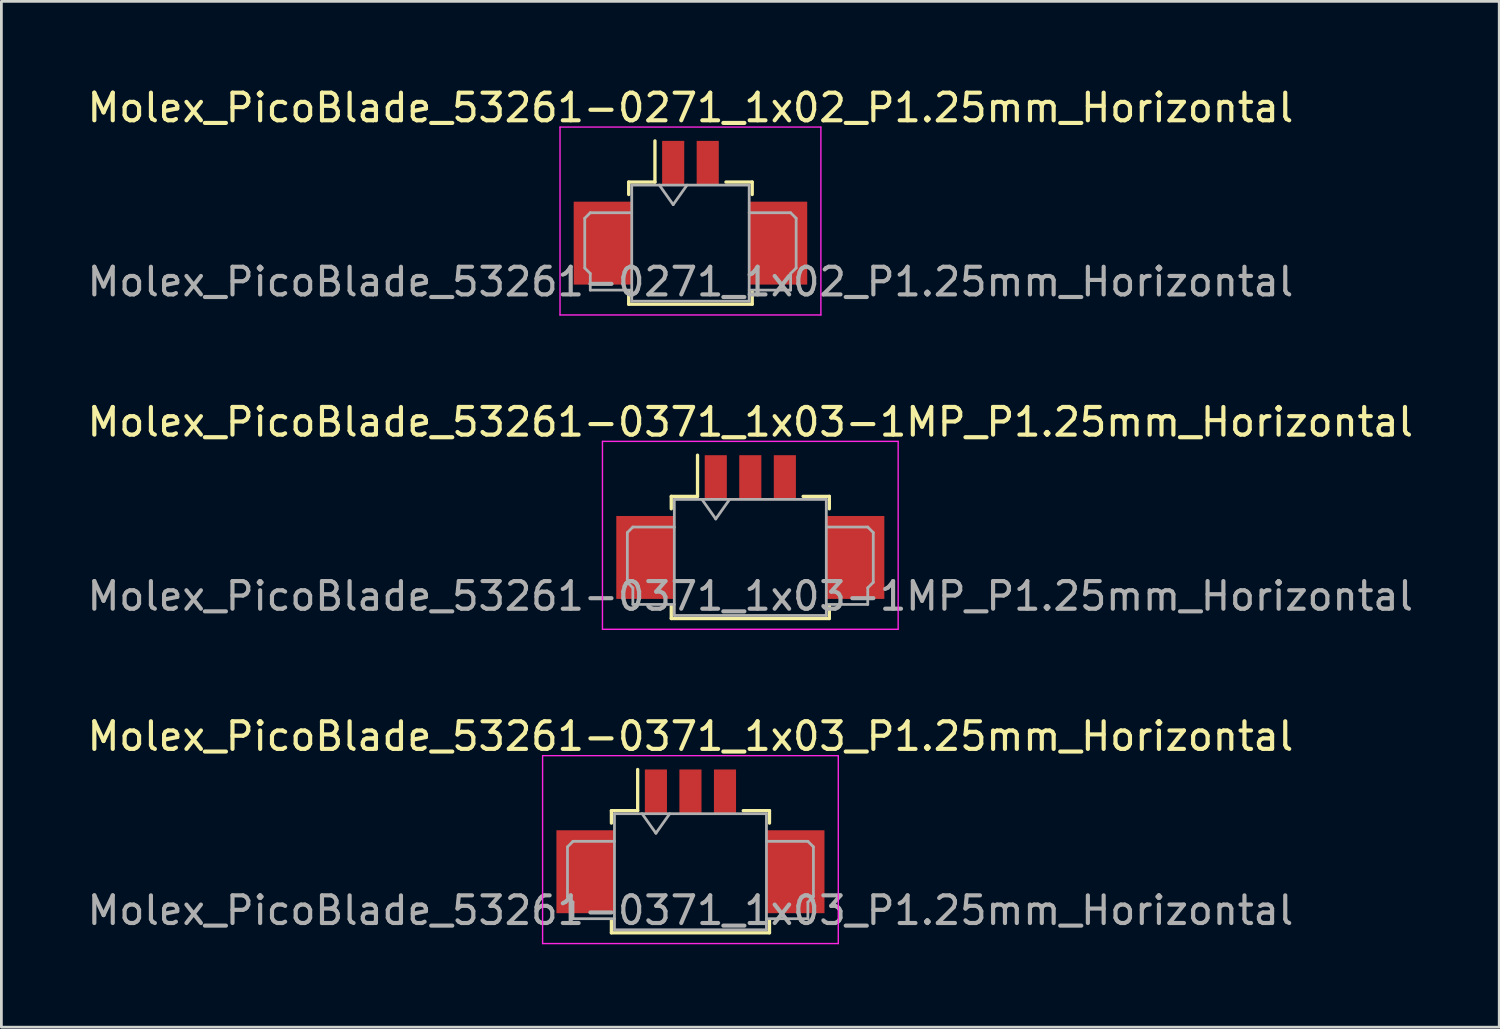
<source format=kicad_pcb>
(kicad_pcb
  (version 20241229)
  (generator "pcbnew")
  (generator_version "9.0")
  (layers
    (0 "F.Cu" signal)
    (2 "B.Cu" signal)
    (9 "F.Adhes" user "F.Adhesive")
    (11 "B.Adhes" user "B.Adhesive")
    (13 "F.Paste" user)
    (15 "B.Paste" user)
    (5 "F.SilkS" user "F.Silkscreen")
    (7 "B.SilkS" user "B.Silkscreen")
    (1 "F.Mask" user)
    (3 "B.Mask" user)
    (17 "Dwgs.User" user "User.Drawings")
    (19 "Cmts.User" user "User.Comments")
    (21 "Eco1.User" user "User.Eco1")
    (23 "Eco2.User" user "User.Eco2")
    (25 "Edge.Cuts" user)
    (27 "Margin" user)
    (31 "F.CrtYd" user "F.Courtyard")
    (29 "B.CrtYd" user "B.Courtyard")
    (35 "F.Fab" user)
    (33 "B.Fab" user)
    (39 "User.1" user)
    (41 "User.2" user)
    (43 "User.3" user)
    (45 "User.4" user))
  (footprint "Molex_PicoBlade_53261-0371_1x03_P1.25mm_Horizontal"
    (layer "F.Cu")
    (at 21.935 28.395)
    (property "Reference" "Molex_PicoBlade_53261-0371_1x03_P1.25mm_Horizontal" (at 0 -4.8 0) (layer "F.SilkS") (effects (font (size 1 1) (thickness 0.15))))
    (attr smd)
    (fp_line (start -2.86 -2.11) (end -1.91 -2.11) (stroke (width 0.12) (type solid)) (layer "F.SilkS"))
    (fp_line (start -2.86 -1.66) (end -2.86 -2.11) (stroke (width 0.12) (type solid)) (layer "F.SilkS"))
    (fp_line (start -2.86 1.86) (end -2.86 2.31) (stroke (width 0.12) (type solid)) (layer "F.SilkS"))
    (fp_line (start -2.86 2.31) (end 2.86 2.31) (stroke (width 0.12) (type solid)) (layer "F.SilkS"))
    (fp_line (start -1.91 -2.11) (end -1.91 -3.6) (stroke (width 0.12) (type solid)) (layer "F.SilkS"))
    (fp_line (start 2.86 -2.11) (end 1.91 -2.11) (stroke (width 0.12) (type solid)) (layer "F.SilkS"))
    (fp_line (start 2.86 -1.66) (end 2.86 -2.11) (stroke (width 0.12) (type solid)) (layer "F.SilkS"))
    (fp_line (start 2.86 2.31) (end 2.86 1.86) (stroke (width 0.12) (type solid)) (layer "F.SilkS"))
    (fp_line (start -5.35 -4.1) (end -5.35 2.7) (stroke (width 0.05) (type solid)) (layer "F.CrtYd"))
    (fp_line (start -5.35 2.7) (end 5.35 2.7) (stroke (width 0.05) (type solid)) (layer "F.CrtYd"))
    (fp_line (start 5.35 -4.1) (end -5.35 -4.1) (stroke (width 0.05) (type solid)) (layer "F.CrtYd"))
    (fp_line (start 5.35 2.7) (end 5.35 -4.1) (stroke (width 0.05) (type solid)) (layer "F.CrtYd"))
    (fp_line (start -4.45 -0.8) (end -4.45 1) (stroke (width 0.1) (type solid)) (layer "F.Fab"))
    (fp_line (start -4.45 1) (end -4.25 1.2) (stroke (width 0.1) (type solid)) (layer "F.Fab"))
    (fp_line (start -4.25 -1) (end -4.45 -0.8) (stroke (width 0.1) (type solid)) (layer "F.Fab"))
    (fp_line (start -4.25 1.2) (end -4.25 1.8) (stroke (width 0.1) (type solid)) (layer "F.Fab"))
    (fp_line (start -4.25 1.8) (end -2.75 1.8) (stroke (width 0.1) (type solid)) (layer "F.Fab"))
    (fp_line (start -2.75 -2) (end -2.75 2.2) (stroke (width 0.1) (type solid)) (layer "F.Fab"))
    (fp_line (start -2.75 -2) (end 2.75 -2) (stroke (width 0.1) (type solid)) (layer "F.Fab"))
    (fp_line (start -2.75 -1) (end -4.25 -1) (stroke (width 0.1) (type solid)) (layer "F.Fab"))
    (fp_line (start -2.75 2.2) (end 2.75 2.2) (stroke (width 0.1) (type solid)) (layer "F.Fab"))
    (fp_line (start -1.75 -2) (end -1.25 -1.293) (stroke (width 0.1) (type solid)) (layer "F.Fab"))
    (fp_line (start -1.25 -1.293) (end -0.75 -2) (stroke (width 0.1) (type solid)) (layer "F.Fab"))
    (fp_line (start 2.75 -2) (end 2.75 2.2) (stroke (width 0.1) (type solid)) (layer "F.Fab"))
    (fp_line (start 2.75 -1) (end 4.25 -1) (stroke (width 0.1) (type solid)) (layer "F.Fab"))
    (fp_line (start 4.25 -1) (end 4.45 -0.8) (stroke (width 0.1) (type solid)) (layer "F.Fab"))
    (fp_line (start 4.25 1.2) (end 4.25 1.8) (stroke (width 0.1) (type solid)) (layer "F.Fab"))
    (fp_line (start 4.25 1.8) (end 2.75 1.8) (stroke (width 0.1) (type solid)) (layer "F.Fab"))
    (fp_line (start 4.45 -0.8) (end 4.45 1) (stroke (width 0.1) (type solid)) (layer "F.Fab"))
    (fp_line (start 4.45 1) (end 4.25 1.2) (stroke (width 0.1) (type solid)) (layer "F.Fab"))
    (fp_text user "${REFERENCE}" (at 0 1.5 0) (layer "F.Fab") (effects (font (size 1 1) (thickness 0.15))))
    (pad "" smd rect (at -3.8 0.1) (size 2.1 3) (layers "F.Cu" "F.Mask" "F.Paste"))
    (pad "" smd rect (at 3.8 0.1) (size 2.1 3) (layers "F.Cu" "F.Mask" "F.Paste"))
    (pad "1" smd rect (at -1.25 -2.8) (size 0.8 1.6) (layers "F.Cu" "F.Mask" "F.Paste"))
    (pad "2" smd rect (at 0 -2.8) (size 0.8 1.6) (layers "F.Cu" "F.Mask" "F.Paste"))
    (pad "3" smd rect (at 1.25 -2.8) (size 0.8 1.6) (layers "F.Cu" "F.Mask" "F.Paste")))
  (footprint "Molex_PicoBlade_53261-0371_1x03-1MP_P1.25mm_Horizontal"
    (layer "F.Cu")
    (at 24.101 16.622)
    (property "Reference" "Molex_PicoBlade_53261-0371_1x03-1MP_P1.25mm_Horizontal" (at 0 -4.4 0) (layer "F.SilkS") (effects (font (size 1 1) (thickness 0.15))))
    (attr smd)
    (fp_line (start -2.86 -1.71) (end -1.91 -1.71) (stroke (width 0.12) (type solid)) (layer "F.SilkS"))
    (fp_line (start -2.86 -1.26) (end -2.86 -1.71) (stroke (width 0.12) (type solid)) (layer "F.SilkS"))
    (fp_line (start -2.86 2.26) (end -2.86 2.71) (stroke (width 0.12) (type solid)) (layer "F.SilkS"))
    (fp_line (start -2.86 2.71) (end 2.86 2.71) (stroke (width 0.12) (type solid)) (layer "F.SilkS"))
    (fp_line (start -1.91 -1.71) (end -1.91 -3.2) (stroke (width 0.12) (type solid)) (layer "F.SilkS"))
    (fp_line (start 2.86 -1.71) (end 1.91 -1.71) (stroke (width 0.12) (type solid)) (layer "F.SilkS"))
    (fp_line (start 2.86 -1.26) (end 2.86 -1.71) (stroke (width 0.12) (type solid)) (layer "F.SilkS"))
    (fp_line (start 2.86 2.71) (end 2.86 2.26) (stroke (width 0.12) (type solid)) (layer "F.SilkS"))
    (fp_line (start -5.35 -3.7) (end -5.35 3.1) (stroke (width 0.05) (type solid)) (layer "F.CrtYd"))
    (fp_line (start -5.35 3.1) (end 5.35 3.1) (stroke (width 0.05) (type solid)) (layer "F.CrtYd"))
    (fp_line (start 5.35 -3.7) (end -5.35 -3.7) (stroke (width 0.05) (type solid)) (layer "F.CrtYd"))
    (fp_line (start 5.35 3.1) (end 5.35 -3.7) (stroke (width 0.05) (type solid)) (layer "F.CrtYd"))
    (fp_line (start -4.45 -0.4) (end -4.45 1.4) (stroke (width 0.1) (type solid)) (layer "F.Fab"))
    (fp_line (start -4.45 1.4) (end -4.25 1.6) (stroke (width 0.1) (type solid)) (layer "F.Fab"))
    (fp_line (start -4.25 -0.6) (end -4.45 -0.4) (stroke (width 0.1) (type solid)) (layer "F.Fab"))
    (fp_line (start -4.25 1.6) (end -4.25 2.2) (stroke (width 0.1) (type solid)) (layer "F.Fab"))
    (fp_line (start -4.25 2.2) (end -2.75 2.2) (stroke (width 0.1) (type solid)) (layer "F.Fab"))
    (fp_line (start -2.75 -1.6) (end -2.75 2.6) (stroke (width 0.1) (type solid)) (layer "F.Fab"))
    (fp_line (start -2.75 -1.6) (end 2.75 -1.6) (stroke (width 0.1) (type solid)) (layer "F.Fab"))
    (fp_line (start -2.75 -0.6) (end -4.25 -0.6) (stroke (width 0.1) (type solid)) (layer "F.Fab"))
    (fp_line (start -2.75 2.6) (end 2.75 2.6) (stroke (width 0.1) (type solid)) (layer "F.Fab"))
    (fp_line (start -1.75 -1.6) (end -1.25 -0.893) (stroke (width 0.1) (type solid)) (layer "F.Fab"))
    (fp_line (start -1.25 -0.893) (end -0.75 -1.6) (stroke (width 0.1) (type solid)) (layer "F.Fab"))
    (fp_line (start 2.75 -1.6) (end 2.75 2.6) (stroke (width 0.1) (type solid)) (layer "F.Fab"))
    (fp_line (start 2.75 -0.6) (end 4.25 -0.6) (stroke (width 0.1) (type solid)) (layer "F.Fab"))
    (fp_line (start 4.25 -0.6) (end 4.45 -0.4) (stroke (width 0.1) (type solid)) (layer "F.Fab"))
    (fp_line (start 4.25 1.6) (end 4.25 2.2) (stroke (width 0.1) (type solid)) (layer "F.Fab"))
    (fp_line (start 4.25 2.2) (end 2.75 2.2) (stroke (width 0.1) (type solid)) (layer "F.Fab"))
    (fp_line (start 4.45 -0.4) (end 4.45 1.4) (stroke (width 0.1) (type solid)) (layer "F.Fab"))
    (fp_line (start 4.45 1.4) (end 4.25 1.6) (stroke (width 0.1) (type solid)) (layer "F.Fab"))
    (fp_text user "${REFERENCE}" (at 0 1.9 0) (layer "F.Fab") (effects (font (size 1 1) (thickness 0.15))))
    (pad "1" smd rect (at -1.25 -2.4) (size 0.8 1.6) (layers "F.Cu" "F.Mask" "F.Paste"))
    (pad "2" smd rect (at 0 -2.4) (size 0.8 1.6) (layers "F.Cu" "F.Mask" "F.Paste"))
    (pad "3" smd rect (at 1.25 -2.4) (size 0.8 1.6) (layers "F.Cu" "F.Mask" "F.Paste"))
    (pad "MP" smd rect (at -3.8 0.5) (size 2.1 3) (layers "F.Cu" "F.Mask" "F.Paste"))
    (pad "MP" smd rect (at 3.8 0.5) (size 2.1 3) (layers "F.Cu" "F.Mask" "F.Paste")))
  (footprint "Molex_PicoBlade_53261-0271_1x02_P1.25mm_Horizontal"
    (layer "F.Cu")
    (at 21.935 5.648)
    (property "Reference" "Molex_PicoBlade_53261-0271_1x02_P1.25mm_Horizontal" (at 0 -4.8 0) (layer "F.SilkS") (effects (font (size 1 1) (thickness 0.15))))
    (attr smd)
    (fp_line (start -2.235 -2.11) (end -1.285 -2.11) (stroke (width 0.12) (type solid)) (layer "F.SilkS"))
    (fp_line (start -2.235 -1.66) (end -2.235 -2.11) (stroke (width 0.12) (type solid)) (layer "F.SilkS"))
    (fp_line (start -2.235 1.86) (end -2.235 2.31) (stroke (width 0.12) (type solid)) (layer "F.SilkS"))
    (fp_line (start -2.235 2.31) (end 2.235 2.31) (stroke (width 0.12) (type solid)) (layer "F.SilkS"))
    (fp_line (start -1.285 -2.11) (end -1.285 -3.6) (stroke (width 0.12) (type solid)) (layer "F.SilkS"))
    (fp_line (start 2.235 -2.11) (end 1.285 -2.11) (stroke (width 0.12) (type solid)) (layer "F.SilkS"))
    (fp_line (start 2.235 -1.66) (end 2.235 -2.11) (stroke (width 0.12) (type solid)) (layer "F.SilkS"))
    (fp_line (start 2.235 2.31) (end 2.235 1.86) (stroke (width 0.12) (type solid)) (layer "F.SilkS"))
    (fp_line (start -4.72 -4.1) (end -4.72 2.7) (stroke (width 0.05) (type solid)) (layer "F.CrtYd"))
    (fp_line (start -4.72 2.7) (end 4.72 2.7) (stroke (width 0.05) (type solid)) (layer "F.CrtYd"))
    (fp_line (start 4.72 -4.1) (end -4.72 -4.1) (stroke (width 0.05) (type solid)) (layer "F.CrtYd"))
    (fp_line (start 4.72 2.7) (end 4.72 -4.1) (stroke (width 0.05) (type solid)) (layer "F.CrtYd"))
    (fp_line (start -3.825 -0.8) (end -3.825 1) (stroke (width 0.1) (type solid)) (layer "F.Fab"))
    (fp_line (start -3.825 1) (end -3.625 1.2) (stroke (width 0.1) (type solid)) (layer "F.Fab"))
    (fp_line (start -3.625 -1) (end -3.825 -0.8) (stroke (width 0.1) (type solid)) (layer "F.Fab"))
    (fp_line (start -3.625 1.2) (end -3.625 1.8) (stroke (width 0.1) (type solid)) (layer "F.Fab"))
    (fp_line (start -3.625 1.8) (end -2.125 1.8) (stroke (width 0.1) (type solid)) (layer "F.Fab"))
    (fp_line (start -2.125 -2) (end -2.125 2.2) (stroke (width 0.1) (type solid)) (layer "F.Fab"))
    (fp_line (start -2.125 -2) (end 2.125 -2) (stroke (width 0.1) (type solid)) (layer "F.Fab"))
    (fp_line (start -2.125 -1) (end -3.625 -1) (stroke (width 0.1) (type solid)) (layer "F.Fab"))
    (fp_line (start -2.125 2.2) (end 2.125 2.2) (stroke (width 0.1) (type solid)) (layer "F.Fab"))
    (fp_line (start -1.125 -2) (end -0.625 -1.293) (stroke (width 0.1) (type solid)) (layer "F.Fab"))
    (fp_line (start -0.625 -1.293) (end -0.125 -2) (stroke (width 0.1) (type solid)) (layer "F.Fab"))
    (fp_line (start 2.125 -2) (end 2.125 2.2) (stroke (width 0.1) (type solid)) (layer "F.Fab"))
    (fp_line (start 2.125 -1) (end 3.625 -1) (stroke (width 0.1) (type solid)) (layer "F.Fab"))
    (fp_line (start 3.625 -1) (end 3.825 -0.8) (stroke (width 0.1) (type solid)) (layer "F.Fab"))
    (fp_line (start 3.625 1.2) (end 3.625 1.8) (stroke (width 0.1) (type solid)) (layer "F.Fab"))
    (fp_line (start 3.625 1.8) (end 2.125 1.8) (stroke (width 0.1) (type solid)) (layer "F.Fab"))
    (fp_line (start 3.825 -0.8) (end 3.825 1) (stroke (width 0.1) (type solid)) (layer "F.Fab"))
    (fp_line (start 3.825 1) (end 3.625 1.2) (stroke (width 0.1) (type solid)) (layer "F.Fab"))
    (fp_text user "${REFERENCE}" (at 0 1.5 0) (layer "F.Fab") (effects (font (size 1 1) (thickness 0.15))))
    (pad "" smd rect (at -3.175 0.1) (size 2.1 3) (layers "F.Cu" "F.Mask" "F.Paste"))
    (pad "" smd rect (at 3.175 0.1) (size 2.1 3) (layers "F.Cu" "F.Mask" "F.Paste"))
    (pad "1" smd rect (at -0.625 -2.8) (size 0.8 1.6) (layers "F.Cu" "F.Mask" "F.Paste"))
    (pad "2" smd rect (at 0.625 -2.8) (size 0.8 1.6) (layers "F.Cu" "F.Mask" "F.Paste")))
  (gr_rect
    (start -3 -3)
    (end 51.202 34.12)
    (stroke (width 0.1) (type default))
    (fill no)
    (layer "Edge.Cuts")))
</source>
